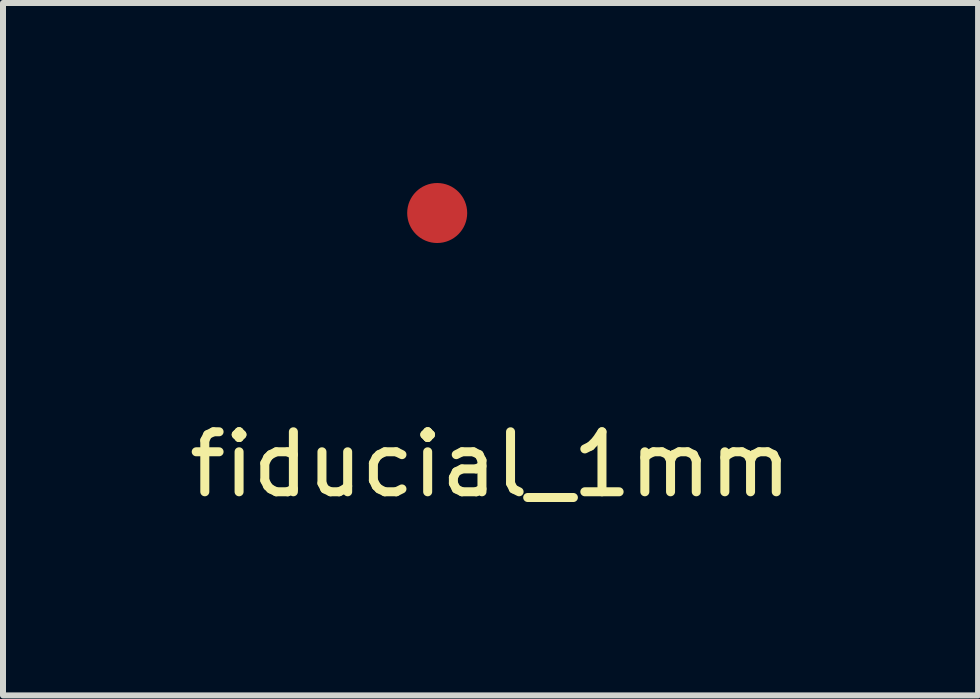
<source format=kicad_pcb>
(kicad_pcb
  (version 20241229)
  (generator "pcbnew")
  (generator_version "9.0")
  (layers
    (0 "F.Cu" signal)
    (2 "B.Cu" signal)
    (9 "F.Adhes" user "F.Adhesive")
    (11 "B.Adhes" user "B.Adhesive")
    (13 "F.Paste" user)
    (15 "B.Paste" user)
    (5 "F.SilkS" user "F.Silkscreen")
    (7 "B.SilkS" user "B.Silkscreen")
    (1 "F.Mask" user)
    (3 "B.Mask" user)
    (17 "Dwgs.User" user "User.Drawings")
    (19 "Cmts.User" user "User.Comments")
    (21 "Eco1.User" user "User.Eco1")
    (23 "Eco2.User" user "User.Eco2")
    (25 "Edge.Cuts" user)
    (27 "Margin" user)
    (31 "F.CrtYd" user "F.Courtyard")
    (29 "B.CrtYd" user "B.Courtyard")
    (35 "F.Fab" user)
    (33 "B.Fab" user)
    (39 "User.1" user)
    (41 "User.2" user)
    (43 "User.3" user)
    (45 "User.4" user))
  (footprint "fiducial_1mm"
    (layer "F.Cu")
    (at 4.236 0.5)
    (property "Reference" "fiducial_1mm" (at 0.889 4.191 0) (layer "F.SilkS") (effects (font (size 1 1) (thickness 0.15))))
    (attr through_hole)
    (pad "1" connect circle (at 0 0) (size 1 1) (layers "F.Cu" "F.Mask")))
  (gr_rect
    (start -3 -3)
    (end 13.25 8.539)
    (stroke (width 0.1) (type default))
    (fill no)
    (layer "Edge.Cuts")))
</source>
